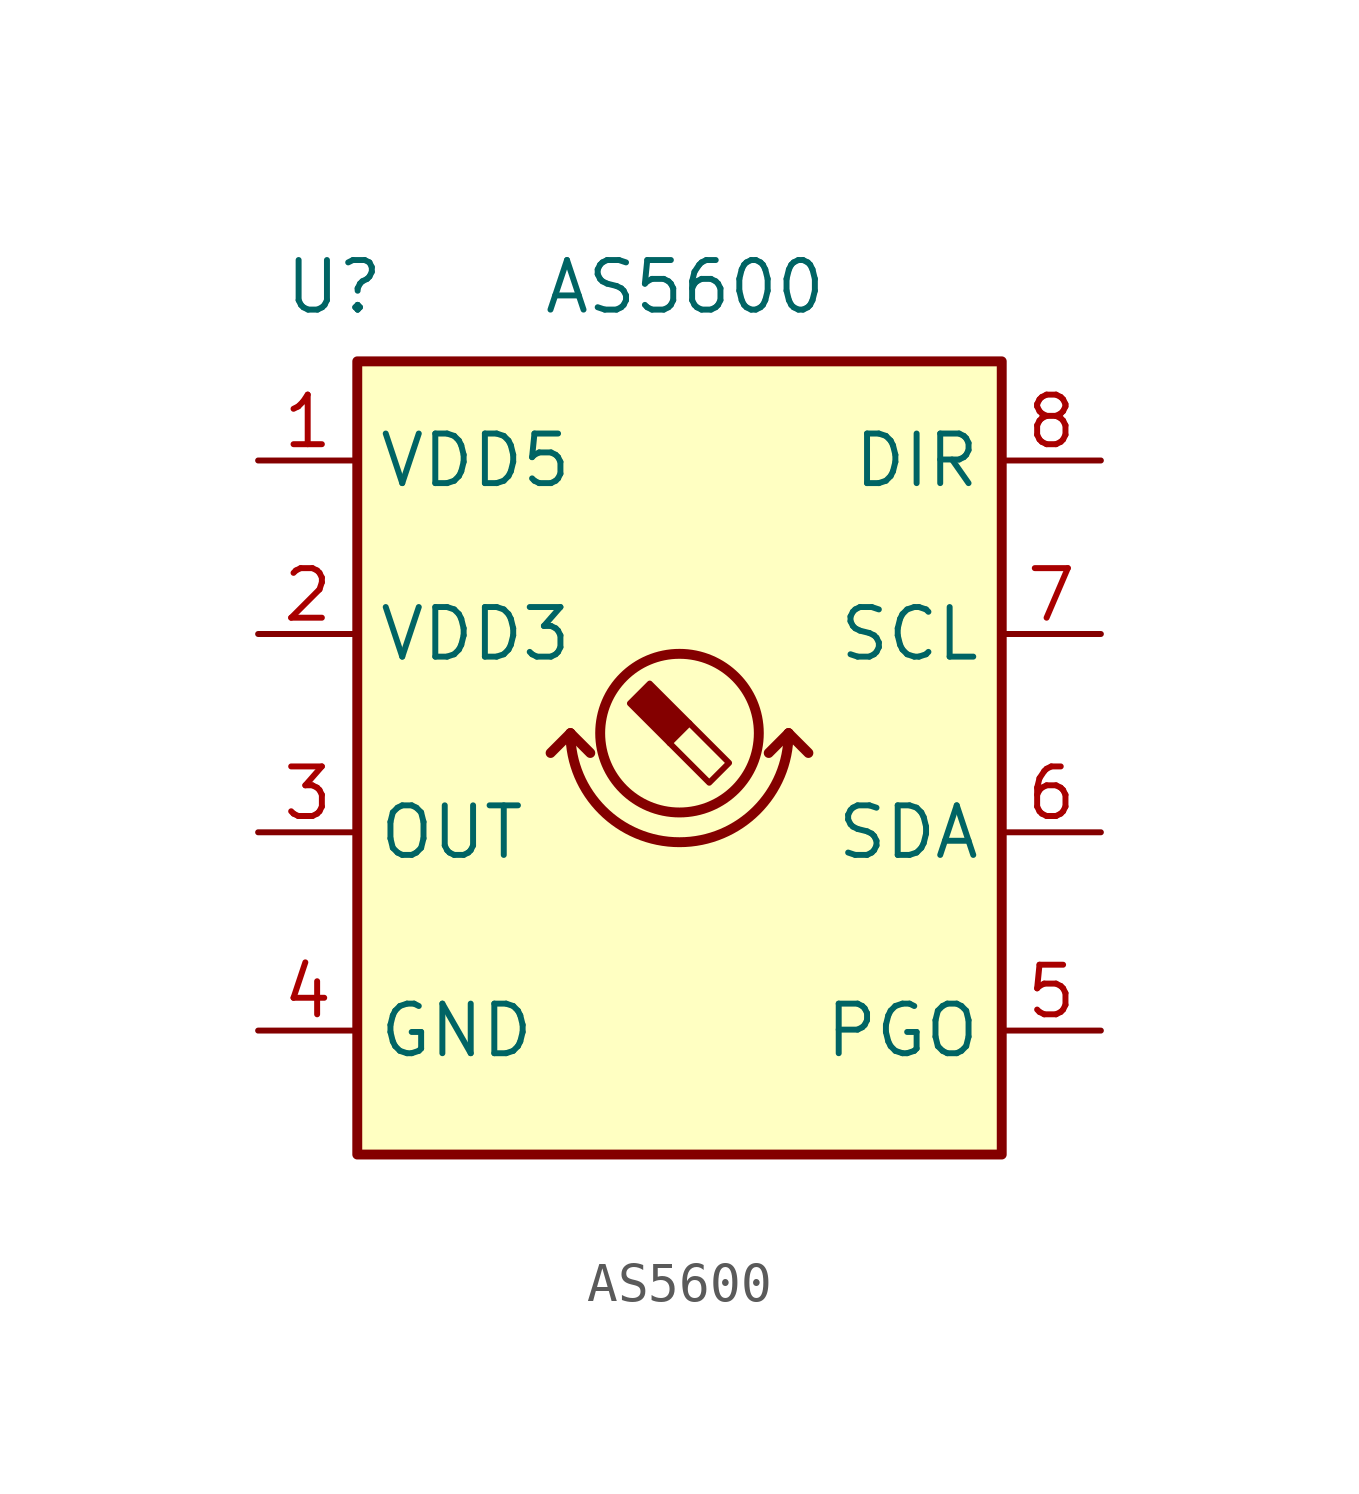
<source format=kicad_sym>
(kicad_symbol_lib
  (version 20211014)
  (generator kicad_symbol_editor)
  (symbol "AS5600"
    (property "Reference" "U"
      (at -10.16 11.43 0)
      (effects (font (size 1.27 1.27)) (justify left)))
    (property "Value" "AS5600"
      (at 3.81 11.43 0)
      (effects (font (size 1.27 1.27)) (justify right)))
    (symbol "AS5600_0_1"
      (rectangle (start -8.255 9.525) (end 8.255 -10.795) (stroke (width 0.254) (type default) (color 0 0 0 0)) (fill (type background)))
      (arc (start -2.794 0) (mid 0 -2.794) (end 2.794 0) (stroke (width 0.254) (type default) (color 0 0 0 0)) (fill (type none)))
      (polyline (pts (xy -2.794 0) (xy -3.302 -0.508)) (stroke (width 0.254) (type default) (color 0 0 0 0)) (fill (type none)))
      (polyline (pts (xy -2.794 0) (xy -2.286 -0.508)) (stroke (width 0.254) (type default) (color 0 0 0 0)) (fill (type none)))
      (polyline (pts (xy 2.794 0) (xy 2.286 -0.508)) (stroke (width 0.254) (type default) (color 0 0 0 0)) (fill (type none)))
      (polyline (pts (xy 2.794 0) (xy 3.302 -0.508)) (stroke (width 0.254) (type default) (color 0 0 0 0)) (fill (type none))))
    (symbol "AS5600_1_1"
      (polyline (pts (xy 0.254 0.254) (xy 1.27 -0.762) (xy 0.762 -1.27) (xy -0.254 -0.254)) (stroke (width 0) (type default) (color 0 0 0 0)) (fill (type none)))
      (polyline (pts (xy -0.762 1.27) (xy 0.254 0.254) (xy -0.254 -0.254) (xy -1.27 0.762) (xy -1.016 1.016) (xy -0.762 1.27) (xy -0.635 1.143)) (stroke (width 0) (type default) (color 0 0 0 0)) (fill (type outline)))
      (circle (center 0 0) (radius 2.032) (stroke (width 0.254) (type default) (color 0 0 0 0)) (fill (type none)))
      (pin power_in line (at -10.795 6.985 0) (length 2.54) (name "VDD5" (effects (font (size 1.27 1.27)))) (number "1" (effects (font (size 1.27 1.27)))))
      (pin power_in line (at -10.795 2.54 0) (length 2.54) (name "VDD3" (effects (font (size 1.27 1.27)))) (number "2" (effects (font (size 1.27 1.27)))))
      (pin output line (at -10.795 -2.54 0) (length 2.54) (name "OUT" (effects (font (size 1.27 1.27)))) (number "3" (effects (font (size 1.27 1.27)))))
      (pin power_in line (at -10.795 -7.62 0) (length 2.54) (name "GND" (effects (font (size 1.27 1.27)))) (number "4" (effects (font (size 1.27 1.27)))))
      (pin input line (at 10.795 -7.62 180) (length 2.54) (name "PGO" (effects (font (size 1.27 1.27)))) (number "5" (effects (font (size 1.27 1.27)))))
      (pin bidirectional line (at 10.795 -2.54 180) (length 2.54) (name "SDA" (effects (font (size 1.27 1.27)))) (number "6" (effects (font (size 1.27 1.27)))))
      (pin bidirectional line (at 10.795 2.54 180) (length 2.54) (name "SCL" (effects (font (size 1.27 1.27)))) (number "7" (effects (font (size 1.27 1.27)))))
      (pin input line (at 10.795 6.985 180) (length 2.54) (name "DIR" (effects (font (size 1.27 1.27)))) (number "8" (effects (font (size 1.27 1.27))))))))
</source>
